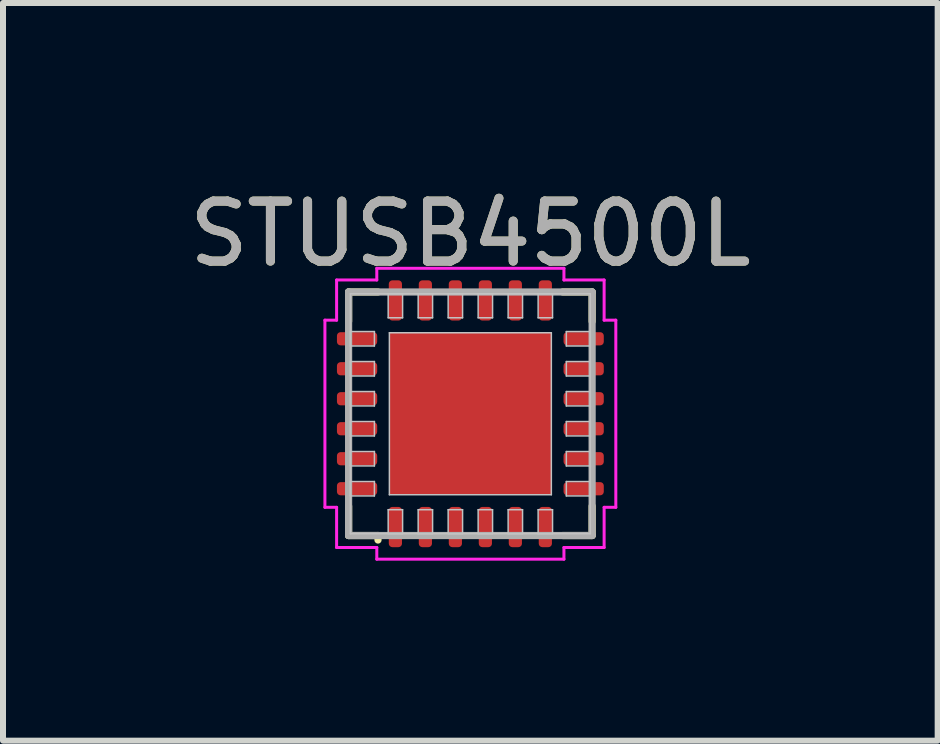
<source format=kicad_pcb>
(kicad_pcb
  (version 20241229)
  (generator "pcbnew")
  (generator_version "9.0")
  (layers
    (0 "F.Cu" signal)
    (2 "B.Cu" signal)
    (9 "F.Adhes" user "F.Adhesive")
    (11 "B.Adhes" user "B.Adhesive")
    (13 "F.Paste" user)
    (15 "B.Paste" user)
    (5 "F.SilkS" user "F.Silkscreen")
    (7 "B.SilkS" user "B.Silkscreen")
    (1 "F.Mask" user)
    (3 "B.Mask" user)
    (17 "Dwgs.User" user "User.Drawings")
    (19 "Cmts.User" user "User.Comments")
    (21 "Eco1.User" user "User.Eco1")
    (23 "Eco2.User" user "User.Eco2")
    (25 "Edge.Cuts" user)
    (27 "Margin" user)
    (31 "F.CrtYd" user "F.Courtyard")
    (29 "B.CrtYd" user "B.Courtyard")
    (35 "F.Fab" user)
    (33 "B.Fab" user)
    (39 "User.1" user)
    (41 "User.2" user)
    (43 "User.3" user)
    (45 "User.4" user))
  (footprint "STUSB4500L"
    (layer "F.Cu")
    (at 4.792 3.848)
    (property "Reference" "STUSB4500L" (at 0 -3 0) (layer "F.SilkS") (effects (font (size 1 1) (thickness 0.15))))
    (attr smd)
    (fp_line (start -2.03 -2.03) (end -2.03 -1.54) (stroke (width 0.12) (type solid)) (layer "F.SilkS"))
    (fp_line (start -2.03 2.03) (end -2.03 1.54) (stroke (width 0.12) (type solid)) (layer "F.SilkS"))
    (fp_line (start -1.54 -2.03) (end -2.03 -2.03) (stroke (width 0.12) (type solid)) (layer "F.SilkS"))
    (fp_line (start -1.54 2.03) (end -2.03 2.03) (stroke (width 0.12) (type solid)) (layer "F.SilkS"))
    (fp_line (start -1.54 2.03) (end -1.54 2.105) (stroke (width 0.12) (type solid)) (layer "F.SilkS"))
    (fp_line (start 1.54 -2.03) (end 2.03 -2.03) (stroke (width 0.12) (type solid)) (layer "F.SilkS"))
    (fp_line (start 1.54 2.03) (end 2.03 2.03) (stroke (width 0.12) (type solid)) (layer "F.SilkS"))
    (fp_line (start 2.03 -2.03) (end 2.03 -1.54) (stroke (width 0.12) (type solid)) (layer "F.SilkS"))
    (fp_line (start 2.03 2.03) (end 2.03 1.54) (stroke (width 0.12) (type solid)) (layer "F.SilkS"))
    (fp_poly (pts (xy -0.2 -0.2) (xy -1.15 -0.2) (xy -1.15 -1.15) (xy -0.2 -1.15)) (stroke (width 0) (type solid)) (fill yes) (layer "F.Paste"))
    (fp_poly (pts (xy -0.2 1.15) (xy -1.15 1.15) (xy -1.15 0.2) (xy -0.2 0.2)) (stroke (width 0) (type solid)) (fill yes) (layer "F.Paste"))
    (fp_poly (pts (xy 1.15 -0.2) (xy 0.2 -0.2) (xy 0.2 -1.15) (xy 1.15 -1.15)) (stroke (width 0) (type solid)) (fill yes) (layer "F.Paste"))
    (fp_poly (pts (xy 1.15 1.15) (xy 0.2 1.15) (xy 0.2 0.2) (xy 1.15 0.2)) (stroke (width 0) (type solid)) (fill yes) (layer "F.Paste"))
    (fp_line (start -2 -2) (end 2 -2) (stroke (width 0.025) (type solid)) (layer "Dwgs.User"))
    (fp_line (start -2 -1.37) (end -1.6 -1.37) (stroke (width 0.025) (type solid)) (layer "Dwgs.User"))
    (fp_line (start -2 -1.13) (end -2 -1.37) (stroke (width 0.025) (type solid)) (layer "Dwgs.User"))
    (fp_line (start -2 -0.87) (end -1.6 -0.87) (stroke (width 0.025) (type solid)) (layer "Dwgs.User"))
    (fp_line (start -2 -0.63) (end -2 -0.87) (stroke (width 0.025) (type solid)) (layer "Dwgs.User"))
    (fp_line (start -2 -0.37) (end -1.6 -0.37) (stroke (width 0.025) (type solid)) (layer "Dwgs.User"))
    (fp_line (start -2 -0.13) (end -2 -0.37) (stroke (width 0.025) (type solid)) (layer "Dwgs.User"))
    (fp_line (start -2 0.13) (end -1.6 0.13) (stroke (width 0.025) (type solid)) (layer "Dwgs.User"))
    (fp_line (start -2 0.37) (end -2 0.13) (stroke (width 0.025) (type solid)) (layer "Dwgs.User"))
    (fp_line (start -2 0.63) (end -1.6 0.63) (stroke (width 0.025) (type solid)) (layer "Dwgs.User"))
    (fp_line (start -2 0.87) (end -2 0.63) (stroke (width 0.025) (type solid)) (layer "Dwgs.User"))
    (fp_line (start -2 1.13) (end -1.6 1.13) (stroke (width 0.025) (type solid)) (layer "Dwgs.User"))
    (fp_line (start -2 1.37) (end -2 1.13) (stroke (width 0.025) (type solid)) (layer "Dwgs.User"))
    (fp_line (start -2 2) (end -2 -2) (stroke (width 0.025) (type solid)) (layer "Dwgs.User"))
    (fp_line (start -1.6 -1.37) (end -1.6 -1.13) (stroke (width 0.025) (type solid)) (layer "Dwgs.User"))
    (fp_line (start -1.6 -1.13) (end -2 -1.13) (stroke (width 0.025) (type solid)) (layer "Dwgs.User"))
    (fp_line (start -1.6 -0.87) (end -1.6 -0.63) (stroke (width 0.025) (type solid)) (layer "Dwgs.User"))
    (fp_line (start -1.6 -0.63) (end -2 -0.63) (stroke (width 0.025) (type solid)) (layer "Dwgs.User"))
    (fp_line (start -1.6 -0.37) (end -1.6 -0.13) (stroke (width 0.025) (type solid)) (layer "Dwgs.User"))
    (fp_line (start -1.6 -0.13) (end -2 -0.13) (stroke (width 0.025) (type solid)) (layer "Dwgs.User"))
    (fp_line (start -1.6 0.13) (end -1.6 0.37) (stroke (width 0.025) (type solid)) (layer "Dwgs.User"))
    (fp_line (start -1.6 0.37) (end -2 0.37) (stroke (width 0.025) (type solid)) (layer "Dwgs.User"))
    (fp_line (start -1.6 0.63) (end -1.6 0.87) (stroke (width 0.025) (type solid)) (layer "Dwgs.User"))
    (fp_line (start -1.6 0.87) (end -2 0.87) (stroke (width 0.025) (type solid)) (layer "Dwgs.User"))
    (fp_line (start -1.6 1.13) (end -1.6 1.37) (stroke (width 0.025) (type solid)) (layer "Dwgs.User"))
    (fp_line (start -1.6 1.37) (end -2 1.37) (stroke (width 0.025) (type solid)) (layer "Dwgs.User"))
    (fp_line (start -1.37 -2) (end -1.13 -2) (stroke (width 0.025) (type solid)) (layer "Dwgs.User"))
    (fp_line (start -1.37 -1.6) (end -1.37 -2) (stroke (width 0.025) (type solid)) (layer "Dwgs.User"))
    (fp_line (start -1.37 1.6) (end -1.13 1.6) (stroke (width 0.025) (type solid)) (layer "Dwgs.User"))
    (fp_line (start -1.37 2) (end -1.37 1.6) (stroke (width 0.025) (type solid)) (layer "Dwgs.User"))
    (fp_line (start -1.35 -1.35) (end 1.35 -1.35) (stroke (width 0.025) (type solid)) (layer "Dwgs.User"))
    (fp_line (start -1.35 1.35) (end -1.35 -1.35) (stroke (width 0.025) (type solid)) (layer "Dwgs.User"))
    (fp_line (start -1.13 -2) (end -1.13 -1.6) (stroke (width 0.025) (type solid)) (layer "Dwgs.User"))
    (fp_line (start -1.13 -1.6) (end -1.37 -1.6) (stroke (width 0.025) (type solid)) (layer "Dwgs.User"))
    (fp_line (start -1.13 1.6) (end -1.13 2) (stroke (width 0.025) (type solid)) (layer "Dwgs.User"))
    (fp_line (start -1.13 2) (end -1.37 2) (stroke (width 0.025) (type solid)) (layer "Dwgs.User"))
    (fp_line (start -0.87 -2) (end -0.63 -2) (stroke (width 0.025) (type solid)) (layer "Dwgs.User"))
    (fp_line (start -0.87 -1.6) (end -0.87 -2) (stroke (width 0.025) (type solid)) (layer "Dwgs.User"))
    (fp_line (start -0.87 1.6) (end -0.63 1.6) (stroke (width 0.025) (type solid)) (layer "Dwgs.User"))
    (fp_line (start -0.87 2) (end -0.87 1.6) (stroke (width 0.025) (type solid)) (layer "Dwgs.User"))
    (fp_line (start -0.63 -2) (end -0.63 -1.6) (stroke (width 0.025) (type solid)) (layer "Dwgs.User"))
    (fp_line (start -0.63 -1.6) (end -0.87 -1.6) (stroke (width 0.025) (type solid)) (layer "Dwgs.User"))
    (fp_line (start -0.63 1.6) (end -0.63 2) (stroke (width 0.025) (type solid)) (layer "Dwgs.User"))
    (fp_line (start -0.63 2) (end -0.87 2) (stroke (width 0.025) (type solid)) (layer "Dwgs.User"))
    (fp_line (start -0.37 -2) (end -0.13 -2) (stroke (width 0.025) (type solid)) (layer "Dwgs.User"))
    (fp_line (start -0.37 -1.6) (end -0.37 -2) (stroke (width 0.025) (type solid)) (layer "Dwgs.User"))
    (fp_line (start -0.37 1.6) (end -0.13 1.6) (stroke (width 0.025) (type solid)) (layer "Dwgs.User"))
    (fp_line (start -0.37 2) (end -0.37 1.6) (stroke (width 0.025) (type solid)) (layer "Dwgs.User"))
    (fp_line (start -0.13 -2) (end -0.13 -1.6) (stroke (width 0.025) (type solid)) (layer "Dwgs.User"))
    (fp_line (start -0.13 -1.6) (end -0.37 -1.6) (stroke (width 0.025) (type solid)) (layer "Dwgs.User"))
    (fp_line (start -0.13 1.6) (end -0.13 2) (stroke (width 0.025) (type solid)) (layer "Dwgs.User"))
    (fp_line (start -0.13 2) (end -0.37 2) (stroke (width 0.025) (type solid)) (layer "Dwgs.User"))
    (fp_line (start 0.13 -2) (end 0.37 -2) (stroke (width 0.025) (type solid)) (layer "Dwgs.User"))
    (fp_line (start 0.13 -1.6) (end 0.13 -2) (stroke (width 0.025) (type solid)) (layer "Dwgs.User"))
    (fp_line (start 0.13 1.6) (end 0.37 1.6) (stroke (width 0.025) (type solid)) (layer "Dwgs.User"))
    (fp_line (start 0.13 2) (end 0.13 1.6) (stroke (width 0.025) (type solid)) (layer "Dwgs.User"))
    (fp_line (start 0.37 -2) (end 0.37 -1.6) (stroke (width 0.025) (type solid)) (layer "Dwgs.User"))
    (fp_line (start 0.37 -1.6) (end 0.13 -1.6) (stroke (width 0.025) (type solid)) (layer "Dwgs.User"))
    (fp_line (start 0.37 1.6) (end 0.37 2) (stroke (width 0.025) (type solid)) (layer "Dwgs.User"))
    (fp_line (start 0.37 2) (end 0.13 2) (stroke (width 0.025) (type solid)) (layer "Dwgs.User"))
    (fp_line (start 0.63 -2) (end 0.87 -2) (stroke (width 0.025) (type solid)) (layer "Dwgs.User"))
    (fp_line (start 0.63 -1.6) (end 0.63 -2) (stroke (width 0.025) (type solid)) (layer "Dwgs.User"))
    (fp_line (start 0.63 1.6) (end 0.87 1.6) (stroke (width 0.025) (type solid)) (layer "Dwgs.User"))
    (fp_line (start 0.63 2) (end 0.63 1.6) (stroke (width 0.025) (type solid)) (layer "Dwgs.User"))
    (fp_line (start 0.87 -2) (end 0.87 -1.6) (stroke (width 0.025) (type solid)) (layer "Dwgs.User"))
    (fp_line (start 0.87 -1.6) (end 0.63 -1.6) (stroke (width 0.025) (type solid)) (layer "Dwgs.User"))
    (fp_line (start 0.87 1.6) (end 0.87 2) (stroke (width 0.025) (type solid)) (layer "Dwgs.User"))
    (fp_line (start 0.87 2) (end 0.63 2) (stroke (width 0.025) (type solid)) (layer "Dwgs.User"))
    (fp_line (start 1.13 -2) (end 1.37 -2) (stroke (width 0.025) (type solid)) (layer "Dwgs.User"))
    (fp_line (start 1.13 -1.6) (end 1.13 -2) (stroke (width 0.025) (type solid)) (layer "Dwgs.User"))
    (fp_line (start 1.13 1.6) (end 1.37 1.6) (stroke (width 0.025) (type solid)) (layer "Dwgs.User"))
    (fp_line (start 1.13 2) (end 1.13 1.6) (stroke (width 0.025) (type solid)) (layer "Dwgs.User"))
    (fp_line (start 1.35 -1.35) (end 1.35 1.35) (stroke (width 0.025) (type solid)) (layer "Dwgs.User"))
    (fp_line (start 1.35 1.35) (end -1.35 1.35) (stroke (width 0.025) (type solid)) (layer "Dwgs.User"))
    (fp_line (start 1.37 -2) (end 1.37 -1.6) (stroke (width 0.025) (type solid)) (layer "Dwgs.User"))
    (fp_line (start 1.37 -1.6) (end 1.13 -1.6) (stroke (width 0.025) (type solid)) (layer "Dwgs.User"))
    (fp_line (start 1.37 1.6) (end 1.37 2) (stroke (width 0.025) (type solid)) (layer "Dwgs.User"))
    (fp_line (start 1.37 2) (end 1.13 2) (stroke (width 0.025) (type solid)) (layer "Dwgs.User"))
    (fp_line (start 1.6 -1.37) (end 2 -1.37) (stroke (width 0.025) (type solid)) (layer "Dwgs.User"))
    (fp_line (start 1.6 -1.13) (end 1.6 -1.37) (stroke (width 0.025) (type solid)) (layer "Dwgs.User"))
    (fp_line (start 1.6 -0.87) (end 2 -0.87) (stroke (width 0.025) (type solid)) (layer "Dwgs.User"))
    (fp_line (start 1.6 -0.63) (end 1.6 -0.87) (stroke (width 0.025) (type solid)) (layer "Dwgs.User"))
    (fp_line (start 1.6 -0.37) (end 2 -0.37) (stroke (width 0.025) (type solid)) (layer "Dwgs.User"))
    (fp_line (start 1.6 -0.13) (end 1.6 -0.37) (stroke (width 0.025) (type solid)) (layer "Dwgs.User"))
    (fp_line (start 1.6 0.13) (end 2 0.13) (stroke (width 0.025) (type solid)) (layer "Dwgs.User"))
    (fp_line (start 1.6 0.37) (end 1.6 0.13) (stroke (width 0.025) (type solid)) (layer "Dwgs.User"))
    (fp_line (start 1.6 0.63) (end 2 0.63) (stroke (width 0.025) (type solid)) (layer "Dwgs.User"))
    (fp_line (start 1.6 0.87) (end 1.6 0.63) (stroke (width 0.025) (type solid)) (layer "Dwgs.User"))
    (fp_line (start 1.6 1.13) (end 2 1.13) (stroke (width 0.025) (type solid)) (layer "Dwgs.User"))
    (fp_line (start 1.6 1.37) (end 1.6 1.13) (stroke (width 0.025) (type solid)) (layer "Dwgs.User"))
    (fp_line (start 2 -2) (end 2 2) (stroke (width 0.025) (type solid)) (layer "Dwgs.User"))
    (fp_line (start 2 -1.37) (end 2 -1.13) (stroke (width 0.025) (type solid)) (layer "Dwgs.User"))
    (fp_line (start 2 -1.13) (end 1.6 -1.13) (stroke (width 0.025) (type solid)) (layer "Dwgs.User"))
    (fp_line (start 2 -0.87) (end 2 -0.63) (stroke (width 0.025) (type solid)) (layer "Dwgs.User"))
    (fp_line (start 2 -0.63) (end 1.6 -0.63) (stroke (width 0.025) (type solid)) (layer "Dwgs.User"))
    (fp_line (start 2 -0.37) (end 2 -0.13) (stroke (width 0.025) (type solid)) (layer "Dwgs.User"))
    (fp_line (start 2 -0.13) (end 1.6 -0.13) (stroke (width 0.025) (type solid)) (layer "Dwgs.User"))
    (fp_line (start 2 0.13) (end 2 0.37) (stroke (width 0.025) (type solid)) (layer "Dwgs.User"))
    (fp_line (start 2 0.37) (end 1.6 0.37) (stroke (width 0.025) (type solid)) (layer "Dwgs.User"))
    (fp_line (start 2 0.63) (end 2 0.87) (stroke (width 0.025) (type solid)) (layer "Dwgs.User"))
    (fp_line (start 2 0.87) (end 1.6 0.87) (stroke (width 0.025) (type solid)) (layer "Dwgs.User"))
    (fp_line (start 2 1.13) (end 2 1.37) (stroke (width 0.025) (type solid)) (layer "Dwgs.User"))
    (fp_line (start 2 1.37) (end 1.6 1.37) (stroke (width 0.025) (type solid)) (layer "Dwgs.User"))
    (fp_line (start 2 2) (end -2 2) (stroke (width 0.025) (type solid)) (layer "Dwgs.User"))
    (fp_line (start -2.425 -1.56) (end -2.425 1.56) (stroke (width 0.05) (type solid)) (layer "F.CrtYd"))
    (fp_line (start -2.425 1.56) (end -2.23 1.56) (stroke (width 0.05) (type solid)) (layer "F.CrtYd"))
    (fp_line (start -2.23 -2.23) (end -2.23 -1.56) (stroke (width 0.05) (type solid)) (layer "F.CrtYd"))
    (fp_line (start -2.23 -1.56) (end -2.425 -1.56) (stroke (width 0.05) (type solid)) (layer "F.CrtYd"))
    (fp_line (start -2.23 1.56) (end -2.23 2.23) (stroke (width 0.05) (type solid)) (layer "F.CrtYd"))
    (fp_line (start -2.23 2.23) (end -1.56 2.23) (stroke (width 0.05) (type solid)) (layer "F.CrtYd"))
    (fp_line (start -1.56 -2.425) (end -1.56 -2.23) (stroke (width 0.05) (type solid)) (layer "F.CrtYd"))
    (fp_line (start -1.56 -2.23) (end -2.23 -2.23) (stroke (width 0.05) (type solid)) (layer "F.CrtYd"))
    (fp_line (start -1.56 2.23) (end -1.56 2.425) (stroke (width 0.05) (type solid)) (layer "F.CrtYd"))
    (fp_line (start -1.56 2.425) (end 1.56 2.425) (stroke (width 0.05) (type solid)) (layer "F.CrtYd"))
    (fp_line (start 1.56 -2.425) (end -1.56 -2.425) (stroke (width 0.05) (type solid)) (layer "F.CrtYd"))
    (fp_line (start 1.56 -2.23) (end 1.56 -2.425) (stroke (width 0.05) (type solid)) (layer "F.CrtYd"))
    (fp_line (start 1.56 2.23) (end 2.23 2.23) (stroke (width 0.05) (type solid)) (layer "F.CrtYd"))
    (fp_line (start 1.56 2.425) (end 1.56 2.23) (stroke (width 0.05) (type solid)) (layer "F.CrtYd"))
    (fp_line (start 2.23 -2.23) (end 1.56 -2.23) (stroke (width 0.05) (type solid)) (layer "F.CrtYd"))
    (fp_line (start 2.23 -1.56) (end 2.23 -2.23) (stroke (width 0.05) (type solid)) (layer "F.CrtYd"))
    (fp_line (start 2.23 1.56) (end 2.425 1.56) (stroke (width 0.05) (type solid)) (layer "F.CrtYd"))
    (fp_line (start 2.23 2.23) (end 2.23 1.56) (stroke (width 0.05) (type solid)) (layer "F.CrtYd"))
    (fp_line (start 2.425 -1.56) (end 2.23 -1.56) (stroke (width 0.05) (type solid)) (layer "F.CrtYd"))
    (fp_line (start 2.425 1.56) (end 2.425 -1.56) (stroke (width 0.05) (type solid)) (layer "F.CrtYd"))
    (fp_line (start -2.03 -2.03) (end 2.03 -2.03) (stroke (width 0.12) (type solid)) (layer "F.Fab"))
    (fp_line (start -2.03 2.03) (end -2.03 -2.03) (stroke (width 0.12) (type solid)) (layer "F.Fab"))
    (fp_line (start 2.03 -2.03) (end 2.03 2.03) (stroke (width 0.12) (type solid)) (layer "F.Fab"))
    (fp_line (start 2.03 2.03) (end -2.03 2.03) (stroke (width 0.12) (type solid)) (layer "F.Fab"))
    (fp_text user "${REFERENCE}" (at 0 -3 0) (layer "F.Fab") (effects (font (size 1 1) (thickness 0.15))))
    (pad "1" smd roundrect (at -1.25 1.889 90) (size 0.671 0.22) (layers "F.Cu" "F.Mask" "F.Paste") (roundrect_rratio 0.273))
    (pad "2" smd roundrect (at -0.75 1.889 90) (size 0.671 0.22) (layers "F.Cu" "F.Mask" "F.Paste") (roundrect_rratio 0.273))
    (pad "3" smd roundrect (at -0.25 1.889 90) (size 0.671 0.22) (layers "F.Cu" "F.Mask" "F.Paste") (roundrect_rratio 0.273))
    (pad "4" smd roundrect (at 0.25 1.889 90) (size 0.671 0.22) (layers "F.Cu" "F.Mask" "F.Paste") (roundrect_rratio 0.273))
    (pad "5" smd roundrect (at 0.75 1.889 90) (size 0.671 0.22) (layers "F.Cu" "F.Mask" "F.Paste") (roundrect_rratio 0.273))
    (pad "6" smd roundrect (at 1.25 1.889 90) (size 0.671 0.22) (layers "F.Cu" "F.Mask" "F.Paste") (roundrect_rratio 0.273))
    (pad "7" smd roundrect (at 1.889 1.25) (size 0.671 0.22) (layers "F.Cu" "F.Mask" "F.Paste") (roundrect_rratio 0.273))
    (pad "8" smd roundrect (at 1.889 0.75) (size 0.671 0.22) (layers "F.Cu" "F.Mask" "F.Paste") (roundrect_rratio 0.273))
    (pad "9" smd roundrect (at 1.889 0.25) (size 0.671 0.22) (layers "F.Cu" "F.Mask" "F.Paste") (roundrect_rratio 0.273))
    (pad "10" smd roundrect (at 1.889 -0.25) (size 0.671 0.22) (layers "F.Cu" "F.Mask" "F.Paste") (roundrect_rratio 0.273))
    (pad "11" smd roundrect (at 1.889 -0.75) (size 0.671 0.22) (layers "F.Cu" "F.Mask" "F.Paste") (roundrect_rratio 0.273))
    (pad "12" smd roundrect (at 1.889 -1.25) (size 0.671 0.22) (layers "F.Cu" "F.Mask" "F.Paste") (roundrect_rratio 0.273))
    (pad "13" smd roundrect (at 1.25 -1.889 90) (size 0.671 0.22) (layers "F.Cu" "F.Mask" "F.Paste") (roundrect_rratio 0.273))
    (pad "14" smd roundrect (at 0.75 -1.889 90) (size 0.671 0.22) (layers "F.Cu" "F.Mask" "F.Paste") (roundrect_rratio 0.273))
    (pad "15" smd roundrect (at 0.25 -1.889 90) (size 0.671 0.22) (layers "F.Cu" "F.Mask" "F.Paste") (roundrect_rratio 0.273))
    (pad "16" smd roundrect (at -0.25 -1.889 90) (size 0.671 0.22) (layers "F.Cu" "F.Mask" "F.Paste") (roundrect_rratio 0.273))
    (pad "17" smd roundrect (at -0.75 -1.889 90) (size 0.671 0.22) (layers "F.Cu" "F.Mask" "F.Paste") (roundrect_rratio 0.273))
    (pad "18" smd roundrect (at -1.25 -1.889 90) (size 0.671 0.22) (layers "F.Cu" "F.Mask" "F.Paste") (roundrect_rratio 0.273))
    (pad "19" smd roundrect (at -1.889 -1.25) (size 0.671 0.22) (layers "F.Cu" "F.Mask" "F.Paste") (roundrect_rratio 0.273))
    (pad "20" smd roundrect (at -1.889 -0.75) (size 0.671 0.22) (layers "F.Cu" "F.Mask" "F.Paste") (roundrect_rratio 0.273))
    (pad "21" smd roundrect (at -1.889 -0.25) (size 0.671 0.22) (layers "F.Cu" "F.Mask" "F.Paste") (roundrect_rratio 0.273))
    (pad "22" smd roundrect (at -1.889 0.25) (size 0.671 0.22) (layers "F.Cu" "F.Mask" "F.Paste") (roundrect_rratio 0.273))
    (pad "23" smd roundrect (at -1.889 0.75) (size 0.671 0.22) (layers "F.Cu" "F.Mask" "F.Paste") (roundrect_rratio 0.273))
    (pad "24" smd roundrect (at -1.889 1.25) (size 0.671 0.22) (layers "F.Cu" "F.Mask" "F.Paste") (roundrect_rratio 0.273))
    (pad "25" smd rect (at 0 0) (size 2.7 2.7) (layers "F.Cu" "F.Mask")))
  (gr_rect
    (start -3 -3)
    (end 12.583 9.298)
    (stroke (width 0.1) (type default))
    (fill no)
    (layer "Edge.Cuts")))
</source>
